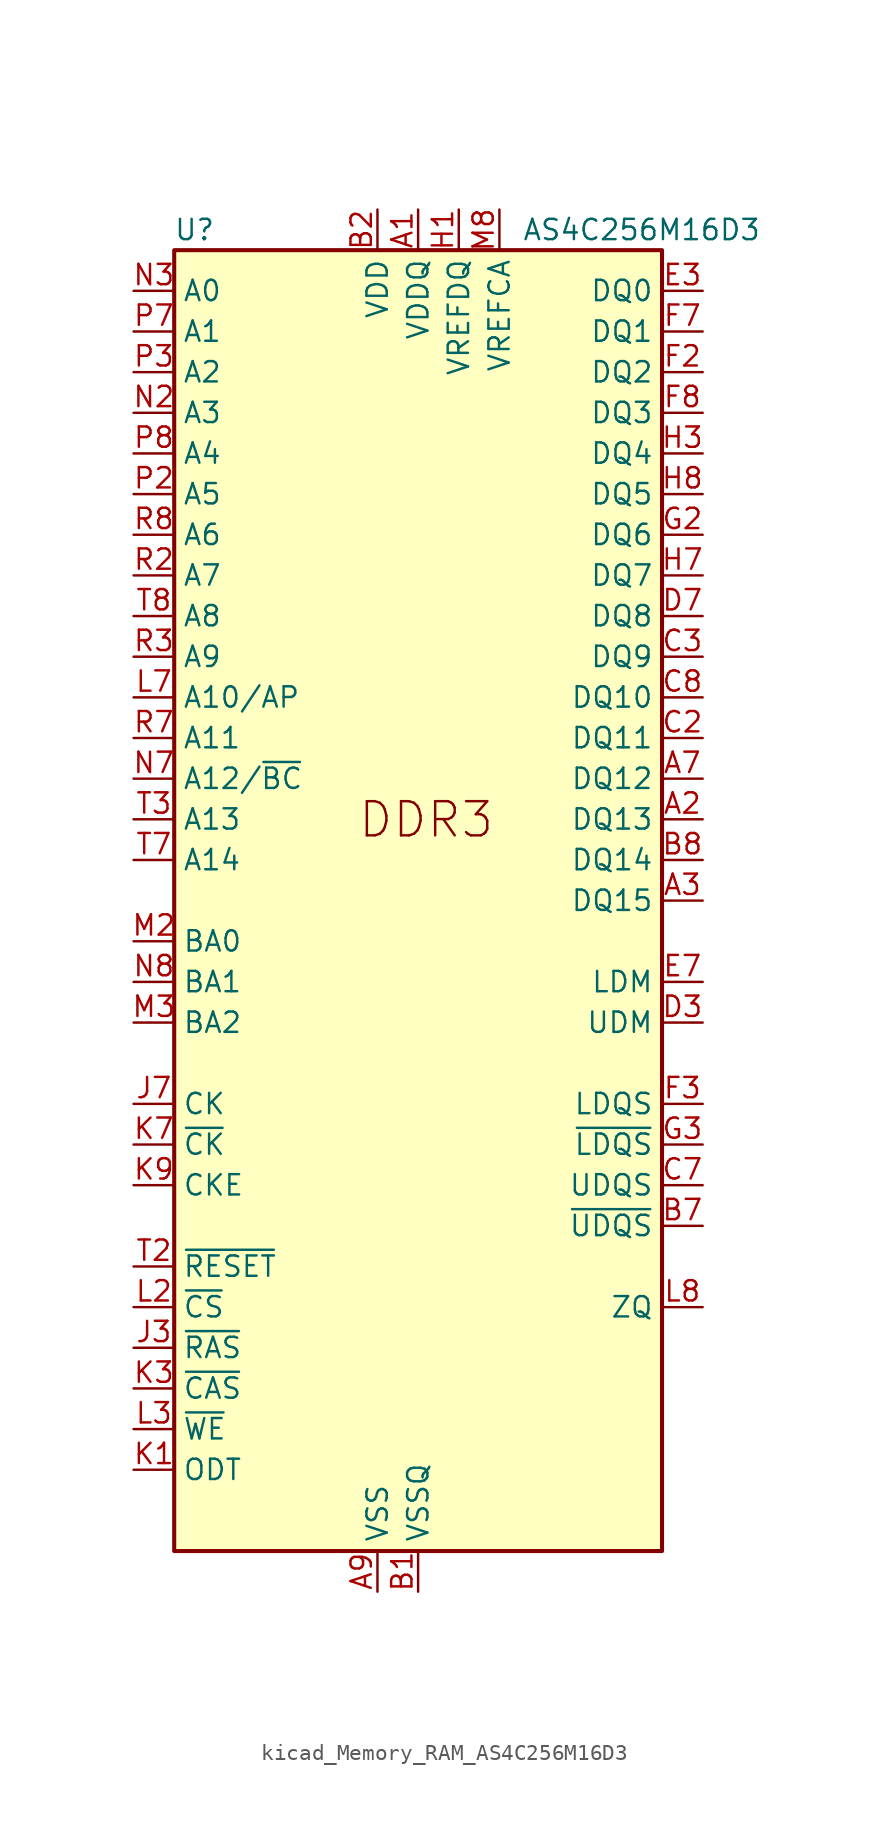
<source format=kicad_sym>
(kicad_symbol_lib
  (version 20220914)
  (generator kicad_symbol_editor)
  (symbol "kicad_Memory_RAM_AS4C256M16D3"
    (property "Reference" "U"
      (at -13.97 41.91 0)
      (effects (font (size 1.27 1.27))))
    (property "Value" "AS4C256M16D3"
      (at 13.97 41.91 0)
      (effects (font (size 1.27 1.27))))
    (symbol "kicad_Memory_RAM_AS4C256M16D3_0_1"
      (rectangle (start -15.24 -40.64) (end 15.24 40.64) (stroke (width 0.254) (type default)) (fill (type background)))
      (pin power_in line (at 0 43.18 270) (length 2.54) (name "VDDQ" (effects (font (size 1.27 1.27)))) (number "A1" (effects (font (size 1.27 1.27)))))
      (pin passive line (at 0 43.18 270) (length 2.54) hide (name "VDDQ" (effects (font (size 1.27 1.27)))) (number "A8" (effects (font (size 1.27 1.27)))))
      (pin power_in line (at -2.54 -43.18 90) (length 2.54) (name "VSS" (effects (font (size 1.27 1.27)))) (number "A9" (effects (font (size 1.27 1.27)))))
      (pin power_in line (at 0 -43.18 90) (length 2.54) (name "VSSQ" (effects (font (size 1.27 1.27)))) (number "B1" (effects (font (size 1.27 1.27)))))
      (pin power_in line (at -2.54 43.18 270) (length 2.54) (name "VDD" (effects (font (size 1.27 1.27)))) (number "B2" (effects (font (size 1.27 1.27)))))
      (pin passive line (at -2.54 -43.18 90) (length 2.54) hide (name "VSS" (effects (font (size 1.27 1.27)))) (number "B3" (effects (font (size 1.27 1.27)))))
      (pin passive line (at 0 -43.18 90) (length 2.54) hide (name "VSSQ" (effects (font (size 1.27 1.27)))) (number "B9" (effects (font (size 1.27 1.27)))))
      (pin passive line (at 0 43.18 270) (length 2.54) hide (name "VDDQ" (effects (font (size 1.27 1.27)))) (number "C1" (effects (font (size 1.27 1.27)))))
      (pin passive line (at 0 43.18 270) (length 2.54) hide (name "VDDQ" (effects (font (size 1.27 1.27)))) (number "C9" (effects (font (size 1.27 1.27)))))
      (pin passive line (at 0 -43.18 90) (length 2.54) hide (name "VSSQ" (effects (font (size 1.27 1.27)))) (number "D1" (effects (font (size 1.27 1.27)))))
      (pin passive line (at 0 43.18 270) (length 2.54) hide (name "VDDQ" (effects (font (size 1.27 1.27)))) (number "D2" (effects (font (size 1.27 1.27)))))
      (pin passive line (at 0 -43.18 90) (length 2.54) hide (name "VSSQ" (effects (font (size 1.27 1.27)))) (number "D8" (effects (font (size 1.27 1.27)))))
      (pin passive line (at -2.54 43.18 270) (length 2.54) hide (name "VDD" (effects (font (size 1.27 1.27)))) (number "D9" (effects (font (size 1.27 1.27)))))
      (pin passive line (at -2.54 -43.18 90) (length 2.54) hide (name "VSS" (effects (font (size 1.27 1.27)))) (number "E1" (effects (font (size 1.27 1.27)))))
      (pin passive line (at 0 -43.18 90) (length 2.54) hide (name "VSSQ" (effects (font (size 1.27 1.27)))) (number "E2" (effects (font (size 1.27 1.27)))))
      (pin bidirectional line (at 17.78 38.1 180) (length 2.54) (name "DQ0" (effects (font (size 1.27 1.27)))) (number "E3" (effects (font (size 1.27 1.27)))))
      (pin passive line (at 0 -43.18 90) (length 2.54) hide (name "VSSQ" (effects (font (size 1.27 1.27)))) (number "E8" (effects (font (size 1.27 1.27)))))
      (pin passive line (at 0 43.18 270) (length 2.54) hide (name "VDDQ" (effects (font (size 1.27 1.27)))) (number "E9" (effects (font (size 1.27 1.27)))))
      (pin passive line (at 0 43.18 270) (length 2.54) hide (name "VDDQ" (effects (font (size 1.27 1.27)))) (number "F1" (effects (font (size 1.27 1.27)))))
      (pin bidirectional line (at 17.78 33.02 180) (length 2.54) (name "DQ2" (effects (font (size 1.27 1.27)))) (number "F2" (effects (font (size 1.27 1.27)))))
      (pin bidirectional line (at 17.78 35.56 180) (length 2.54) (name "DQ1" (effects (font (size 1.27 1.27)))) (number "F7" (effects (font (size 1.27 1.27)))))
      (pin bidirectional line (at 17.78 30.48 180) (length 2.54) (name "DQ3" (effects (font (size 1.27 1.27)))) (number "F8" (effects (font (size 1.27 1.27)))))
      (pin passive line (at 0 -43.18 90) (length 2.54) hide (name "VSSQ" (effects (font (size 1.27 1.27)))) (number "F9" (effects (font (size 1.27 1.27)))))
      (pin passive line (at 0 -43.18 90) (length 2.54) hide (name "VSSQ" (effects (font (size 1.27 1.27)))) (number "G1" (effects (font (size 1.27 1.27)))))
      (pin bidirectional line (at 17.78 22.86 180) (length 2.54) (name "DQ6" (effects (font (size 1.27 1.27)))) (number "G2" (effects (font (size 1.27 1.27)))))
      (pin passive line (at -2.54 43.18 270) (length 2.54) hide (name "VDD" (effects (font (size 1.27 1.27)))) (number "G7" (effects (font (size 1.27 1.27)))))
      (pin passive line (at -2.54 -43.18 90) (length 2.54) hide (name "VSS" (effects (font (size 1.27 1.27)))) (number "G8" (effects (font (size 1.27 1.27)))))
      (pin passive line (at 0 -43.18 90) (length 2.54) hide (name "VSSQ" (effects (font (size 1.27 1.27)))) (number "G9" (effects (font (size 1.27 1.27)))))
      (pin power_in line (at 2.54 43.18 270) (length 2.54) (name "VREFDQ" (effects (font (size 1.27 1.27)))) (number "H1" (effects (font (size 1.27 1.27)))))
      (pin passive line (at 0 43.18 270) (length 2.54) hide (name "VDDQ" (effects (font (size 1.27 1.27)))) (number "H2" (effects (font (size 1.27 1.27)))))
      (pin bidirectional line (at 17.78 27.94 180) (length 2.54) (name "DQ4" (effects (font (size 1.27 1.27)))) (number "H3" (effects (font (size 1.27 1.27)))))
      (pin bidirectional line (at 17.78 20.32 180) (length 2.54) (name "DQ7" (effects (font (size 1.27 1.27)))) (number "H7" (effects (font (size 1.27 1.27)))))
      (pin bidirectional line (at 17.78 25.4 180) (length 2.54) (name "DQ5" (effects (font (size 1.27 1.27)))) (number "H8" (effects (font (size 1.27 1.27)))))
      (pin passive line (at 0 43.18 270) (length 2.54) hide (name "VDDQ" (effects (font (size 1.27 1.27)))) (number "H9" (effects (font (size 1.27 1.27)))))
      (pin passive line (at -2.54 -43.18 90) (length 2.54) hide (name "VSS" (effects (font (size 1.27 1.27)))) (number "J2" (effects (font (size 1.27 1.27)))))
      (pin passive line (at -2.54 -43.18 90) (length 2.54) hide (name "VSS" (effects (font (size 1.27 1.27)))) (number "J8" (effects (font (size 1.27 1.27)))))
      (pin passive line (at -2.54 43.18 270) (length 2.54) hide (name "VDD" (effects (font (size 1.27 1.27)))) (number "K2" (effects (font (size 1.27 1.27)))))
      (pin passive line (at -2.54 43.18 270) (length 2.54) hide (name "VDD" (effects (font (size 1.27 1.27)))) (number "K8" (effects (font (size 1.27 1.27)))))
      (pin input line (at -17.78 -25.4 0) (length 2.54) (name "~{CS}" (effects (font (size 1.27 1.27)))) (number "L2" (effects (font (size 1.27 1.27)))))
      (pin input line (at -17.78 12.7 0) (length 2.54) (name "A10/AP" (effects (font (size 1.27 1.27)))) (number "L7" (effects (font (size 1.27 1.27)))))
      (pin passive line (at -2.54 -43.18 90) (length 2.54) hide (name "VSS" (effects (font (size 1.27 1.27)))) (number "M1" (effects (font (size 1.27 1.27)))))
      (pin passive line (at -2.54 -43.18 90) (length 2.54) hide (name "VSS" (effects (font (size 1.27 1.27)))) (number "M9" (effects (font (size 1.27 1.27)))))
      (pin passive line (at -2.54 43.18 270) (length 2.54) hide (name "VDD" (effects (font (size 1.27 1.27)))) (number "N1" (effects (font (size 1.27 1.27)))))
      (pin input line (at -17.78 30.48 0) (length 2.54) (name "A3" (effects (font (size 1.27 1.27)))) (number "N2" (effects (font (size 1.27 1.27)))))
      (pin input line (at -17.78 38.1 0) (length 2.54) (name "A0" (effects (font (size 1.27 1.27)))) (number "N3" (effects (font (size 1.27 1.27)))))
      (pin input line (at -17.78 7.62 0) (length 2.54) (name "A12/~{BC}" (effects (font (size 1.27 1.27)))) (number "N7" (effects (font (size 1.27 1.27)))))
      (pin passive line (at -2.54 43.18 270) (length 2.54) hide (name "VDD" (effects (font (size 1.27 1.27)))) (number "N9" (effects (font (size 1.27 1.27)))))
      (pin passive line (at -2.54 -43.18 90) (length 2.54) hide (name "VSS" (effects (font (size 1.27 1.27)))) (number "P1" (effects (font (size 1.27 1.27)))))
      (pin input line (at -17.78 25.4 0) (length 2.54) (name "A5" (effects (font (size 1.27 1.27)))) (number "P2" (effects (font (size 1.27 1.27)))))
      (pin input line (at -17.78 33.02 0) (length 2.54) (name "A2" (effects (font (size 1.27 1.27)))) (number "P3" (effects (font (size 1.27 1.27)))))
      (pin input line (at -17.78 35.56 0) (length 2.54) (name "A1" (effects (font (size 1.27 1.27)))) (number "P7" (effects (font (size 1.27 1.27)))))
      (pin input line (at -17.78 27.94 0) (length 2.54) (name "A4" (effects (font (size 1.27 1.27)))) (number "P8" (effects (font (size 1.27 1.27)))))
      (pin passive line (at -2.54 -43.18 90) (length 2.54) hide (name "VSS" (effects (font (size 1.27 1.27)))) (number "P9" (effects (font (size 1.27 1.27)))))
      (pin passive line (at -2.54 43.18 270) (length 2.54) hide (name "VDD" (effects (font (size 1.27 1.27)))) (number "R1" (effects (font (size 1.27 1.27)))))
      (pin input line (at -17.78 20.32 0) (length 2.54) (name "A7" (effects (font (size 1.27 1.27)))) (number "R2" (effects (font (size 1.27 1.27)))))
      (pin input line (at -17.78 15.24 0) (length 2.54) (name "A9" (effects (font (size 1.27 1.27)))) (number "R3" (effects (font (size 1.27 1.27)))))
      (pin input line (at -17.78 10.16 0) (length 2.54) (name "A11" (effects (font (size 1.27 1.27)))) (number "R7" (effects (font (size 1.27 1.27)))))
      (pin input line (at -17.78 22.86 0) (length 2.54) (name "A6" (effects (font (size 1.27 1.27)))) (number "R8" (effects (font (size 1.27 1.27)))))
      (pin passive line (at -2.54 43.18 270) (length 2.54) hide (name "VDD" (effects (font (size 1.27 1.27)))) (number "R9" (effects (font (size 1.27 1.27)))))
      (pin passive line (at -2.54 -43.18 90) (length 2.54) hide (name "VSS" (effects (font (size 1.27 1.27)))) (number "T1" (effects (font (size 1.27 1.27)))))
      (pin input line (at -17.78 -22.86 0) (length 2.54) (name "~{RESET}" (effects (font (size 1.27 1.27)))) (number "T2" (effects (font (size 1.27 1.27)))))
      (pin input line (at -17.78 5.08 0) (length 2.54) (name "A13" (effects (font (size 1.27 1.27)))) (number "T3" (effects (font (size 1.27 1.27)))))
      (pin input line (at -17.78 2.54 0) (length 2.54) (name "A14" (effects (font (size 1.27 1.27)))) (number "T7" (effects (font (size 1.27 1.27)))))
      (pin input line (at -17.78 17.78 0) (length 2.54) (name "A8" (effects (font (size 1.27 1.27)))) (number "T8" (effects (font (size 1.27 1.27)))))
      (pin passive line (at -2.54 -43.18 90) (length 2.54) hide (name "VSS" (effects (font (size 1.27 1.27)))) (number "T9" (effects (font (size 1.27 1.27))))))
    (symbol "kicad_Memory_RAM_AS4C256M16D3_1_1"
      (text "DDR3" (at -3.81 3.81 0) (effects (font (size 2.134 2.134)) (justify left bottom)))
      (pin bidirectional line (at 17.78 5.08 180) (length 2.54) (name "DQ13" (effects (font (size 1.27 1.27)))) (number "A2" (effects (font (size 1.27 1.27)))))
      (pin bidirectional line (at 17.78 0 180) (length 2.54) (name "DQ15" (effects (font (size 1.27 1.27)))) (number "A3" (effects (font (size 1.27 1.27)))))
      (pin bidirectional line (at 17.78 7.62 180) (length 2.54) (name "DQ12" (effects (font (size 1.27 1.27)))) (number "A7" (effects (font (size 1.27 1.27)))))
      (pin bidirectional line (at 17.78 -20.32 180) (length 2.54) (name "~{UDQS}" (effects (font (size 1.27 1.27)))) (number "B7" (effects (font (size 1.27 1.27)))))
      (pin bidirectional line (at 17.78 2.54 180) (length 2.54) (name "DQ14" (effects (font (size 1.27 1.27)))) (number "B8" (effects (font (size 1.27 1.27)))))
      (pin bidirectional line (at 17.78 10.16 180) (length 2.54) (name "DQ11" (effects (font (size 1.27 1.27)))) (number "C2" (effects (font (size 1.27 1.27)))))
      (pin bidirectional line (at 17.78 15.24 180) (length 2.54) (name "DQ9" (effects (font (size 1.27 1.27)))) (number "C3" (effects (font (size 1.27 1.27)))))
      (pin bidirectional line (at 17.78 -17.78 180) (length 2.54) (name "UDQS" (effects (font (size 1.27 1.27)))) (number "C7" (effects (font (size 1.27 1.27)))))
      (pin bidirectional line (at 17.78 12.7 180) (length 2.54) (name "DQ10" (effects (font (size 1.27 1.27)))) (number "C8" (effects (font (size 1.27 1.27)))))
      (pin input line (at 17.78 -7.62 180) (length 2.54) (name "UDM" (effects (font (size 1.27 1.27)))) (number "D3" (effects (font (size 1.27 1.27)))))
      (pin bidirectional line (at 17.78 17.78 180) (length 2.54) (name "DQ8" (effects (font (size 1.27 1.27)))) (number "D7" (effects (font (size 1.27 1.27)))))
      (pin input line (at 17.78 -5.08 180) (length 2.54) (name "LDM" (effects (font (size 1.27 1.27)))) (number "E7" (effects (font (size 1.27 1.27)))))
      (pin bidirectional line (at 17.78 -12.7 180) (length 2.54) (name "LDQS" (effects (font (size 1.27 1.27)))) (number "F3" (effects (font (size 1.27 1.27)))))
      (pin bidirectional line (at 17.78 -15.24 180) (length 2.54) (name "~{LDQS}" (effects (font (size 1.27 1.27)))) (number "G3" (effects (font (size 1.27 1.27)))))
      (pin no_connect line (at 15.24 -27.94 180) (length 2.54) hide (name "NC" (effects (font (size 1.27 1.27)))) (number "J1" (effects (font (size 1.27 1.27)))))
      (pin input line (at -17.78 -27.94 0) (length 2.54) (name "~{RAS}" (effects (font (size 1.27 1.27)))) (number "J3" (effects (font (size 1.27 1.27)))))
      (pin input line (at -17.78 -12.7 0) (length 2.54) (name "CK" (effects (font (size 1.27 1.27)))) (number "J7" (effects (font (size 1.27 1.27)))))
      (pin no_connect line (at 15.24 -30.48 180) (length 2.54) hide (name "NC" (effects (font (size 1.27 1.27)))) (number "J9" (effects (font (size 1.27 1.27)))))
      (pin input line (at -17.78 -35.56 0) (length 2.54) (name "ODT" (effects (font (size 1.27 1.27)))) (number "K1" (effects (font (size 1.27 1.27)))))
      (pin input line (at -17.78 -30.48 0) (length 2.54) (name "~{CAS}" (effects (font (size 1.27 1.27)))) (number "K3" (effects (font (size 1.27 1.27)))))
      (pin input line (at -17.78 -15.24 0) (length 2.54) (name "~{CK}" (effects (font (size 1.27 1.27)))) (number "K7" (effects (font (size 1.27 1.27)))))
      (pin input line (at -17.78 -17.78 0) (length 2.54) (name "CKE" (effects (font (size 1.27 1.27)))) (number "K9" (effects (font (size 1.27 1.27)))))
      (pin no_connect line (at 15.24 -33.02 180) (length 2.54) hide (name "NC" (effects (font (size 1.27 1.27)))) (number "L1" (effects (font (size 1.27 1.27)))))
      (pin input line (at -17.78 -33.02 0) (length 2.54) (name "~{WE}" (effects (font (size 1.27 1.27)))) (number "L3" (effects (font (size 1.27 1.27)))))
      (pin input line (at 17.78 -25.4 180) (length 2.54) (name "ZQ" (effects (font (size 1.27 1.27)))) (number "L8" (effects (font (size 1.27 1.27)))))
      (pin no_connect line (at 15.24 -35.56 180) (length 2.54) hide (name "NC" (effects (font (size 1.27 1.27)))) (number "L9" (effects (font (size 1.27 1.27)))))
      (pin input line (at -17.78 -2.54 0) (length 2.54) (name "BA0" (effects (font (size 1.27 1.27)))) (number "M2" (effects (font (size 1.27 1.27)))))
      (pin input line (at -17.78 -7.62 0) (length 2.54) (name "BA2" (effects (font (size 1.27 1.27)))) (number "M3" (effects (font (size 1.27 1.27)))))
      (pin no_connect line (at 15.24 -38.1 180) (length 2.54) hide (name "NC" (effects (font (size 1.27 1.27)))) (number "M7" (effects (font (size 1.27 1.27)))))
      (pin power_in line (at 5.08 43.18 270) (length 2.54) (name "VREFCA" (effects (font (size 1.27 1.27)))) (number "M8" (effects (font (size 1.27 1.27)))))
      (pin input line (at -17.78 -5.08 0) (length 2.54) (name "BA1" (effects (font (size 1.27 1.27)))) (number "N8" (effects (font (size 1.27 1.27))))))))
</source>
